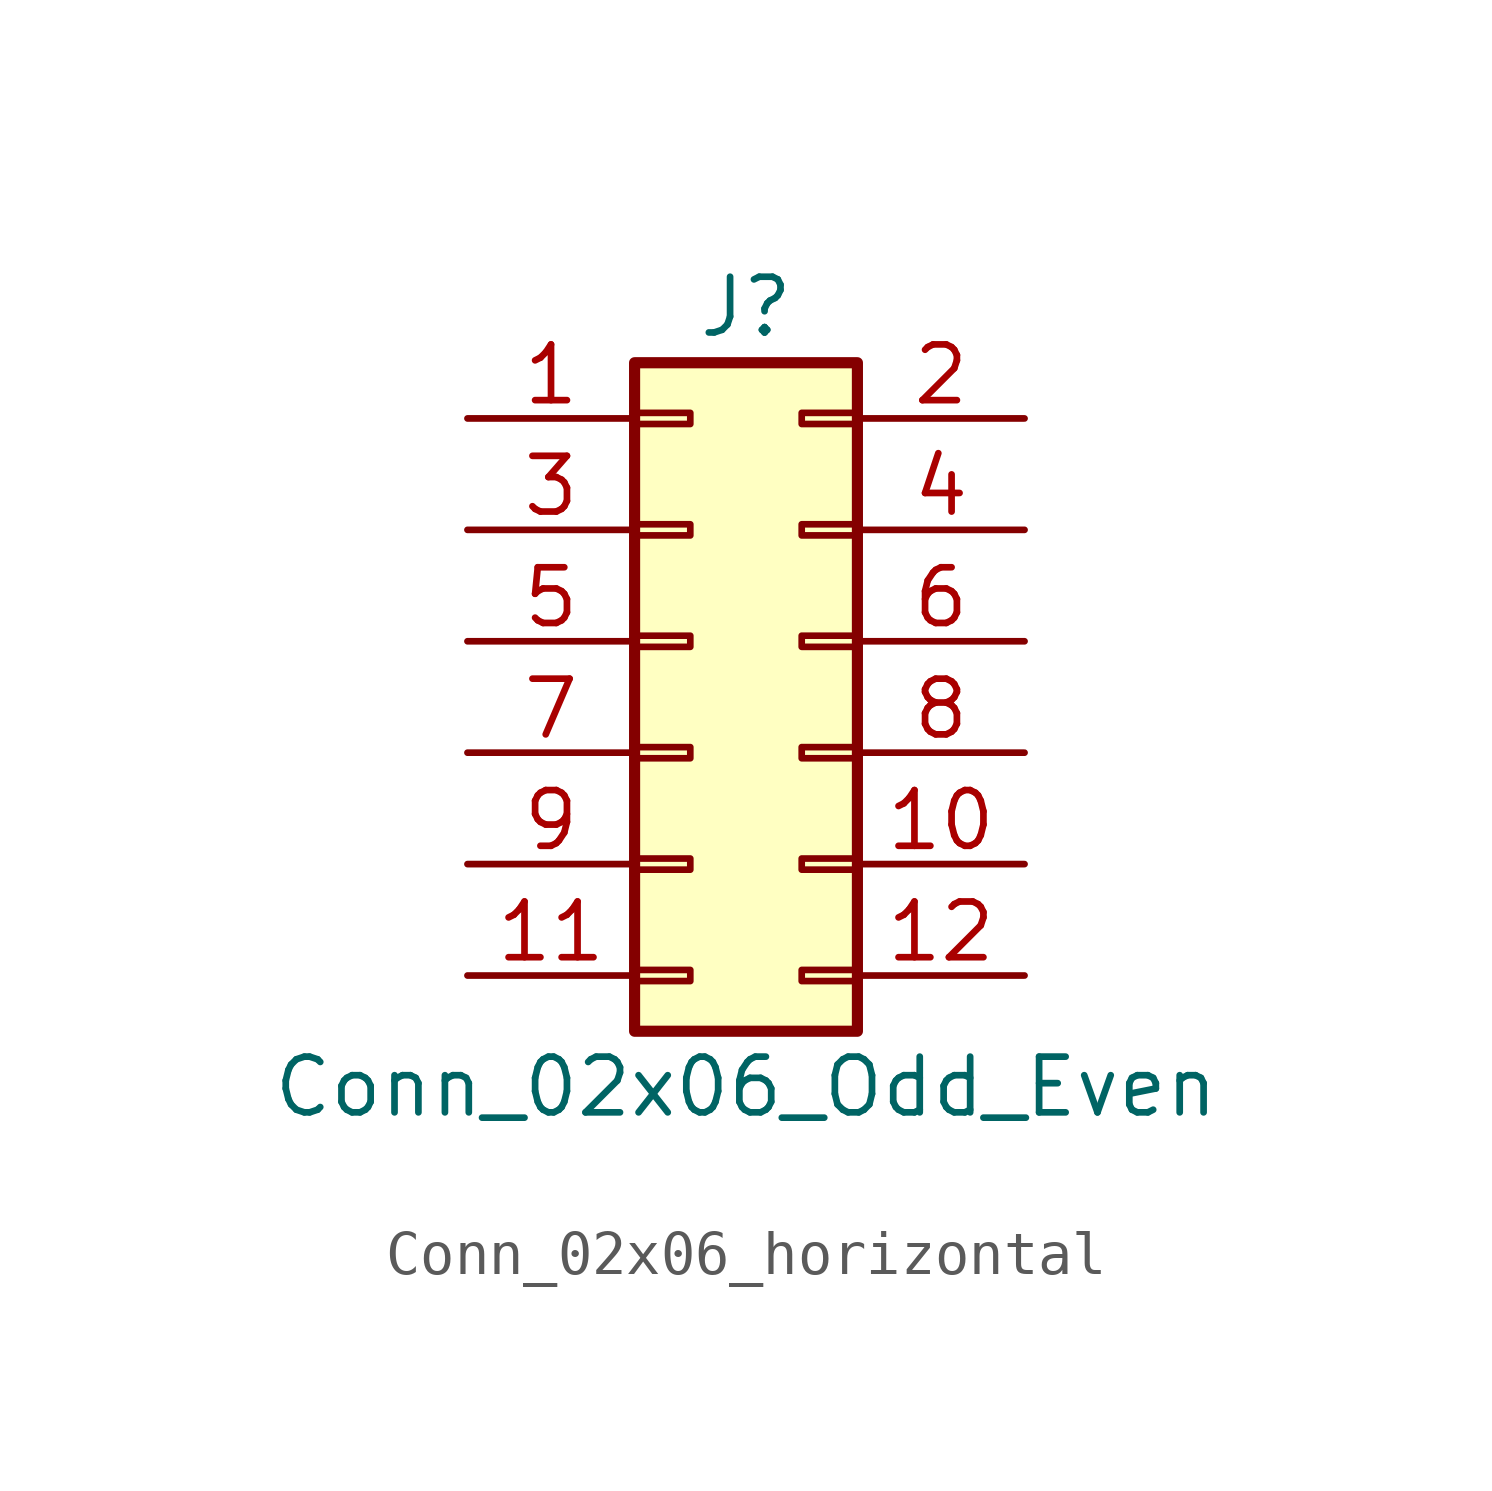
<source format=kicad_sym>
(kicad_symbol_lib
  (version 20241209)
  (generator "kicad_symbol_editor")
  (generator_version "9.0")
  (symbol "Conn_02x06_horizontal"
    (pin_names
      (offset 1.016)
      (hide yes))
    (property "Reference" "J"
      (at 1.27 7.62 0)
      (effects (font (size 1.27 1.27))))
    (property "Value" "Conn_02x06_Odd_Even"
      (at 1.27 -10.16 0)
      (effects (font (size 1.27 1.27))))
    (symbol "Conn_02x06_horizontal_1_1"
      (rectangle (start -1.27 6.35) (end 3.81 -8.89) (stroke (width 0.254) (type default)) (fill (type background)))
      (rectangle (start -1.27 5.207) (end 0 4.953) (stroke (width 0.152) (type default)) (fill (type none)))
      (rectangle (start -1.27 2.667) (end 0 2.413) (stroke (width 0.152) (type default)) (fill (type none)))
      (rectangle (start -1.27 0.127) (end 0 -0.127) (stroke (width 0.152) (type default)) (fill (type none)))
      (rectangle (start -1.27 -2.413) (end 0 -2.667) (stroke (width 0.152) (type default)) (fill (type none)))
      (rectangle (start -1.27 -4.953) (end 0 -5.207) (stroke (width 0.152) (type default)) (fill (type none)))
      (rectangle (start -1.27 -7.493) (end 0 -7.747) (stroke (width 0.152) (type default)) (fill (type none)))
      (rectangle (start 3.81 5.207) (end 2.54 4.953) (stroke (width 0.152) (type default)) (fill (type none)))
      (rectangle (start 3.81 2.667) (end 2.54 2.413) (stroke (width 0.152) (type default)) (fill (type none)))
      (rectangle (start 3.81 0.127) (end 2.54 -0.127) (stroke (width 0.152) (type default)) (fill (type none)))
      (rectangle (start 3.81 -2.413) (end 2.54 -2.667) (stroke (width 0.152) (type default)) (fill (type none)))
      (rectangle (start 3.81 -4.953) (end 2.54 -5.207) (stroke (width 0.152) (type default)) (fill (type none)))
      (rectangle (start 3.81 -7.493) (end 2.54 -7.747) (stroke (width 0.152) (type default)) (fill (type none)))
      (pin passive line (at -5.08 5.08 0) (length 3.81) (name "Pin_1" (effects (font (size 1.27 1.27)))) (number "1" (effects (font (size 1.27 1.27)))))
      (pin passive line (at -5.08 2.54 0) (length 3.81) (name "Pin_3" (effects (font (size 1.27 1.27)))) (number "3" (effects (font (size 1.27 1.27)))))
      (pin passive line (at -5.08 0 0) (length 3.81) (name "Pin_5" (effects (font (size 1.27 1.27)))) (number "5" (effects (font (size 1.27 1.27)))))
      (pin passive line (at -5.08 -2.54 0) (length 3.81) (name "Pin_7" (effects (font (size 1.27 1.27)))) (number "7" (effects (font (size 1.27 1.27)))))
      (pin passive line (at -5.08 -5.08 0) (length 3.81) (name "Pin_9" (effects (font (size 1.27 1.27)))) (number "9" (effects (font (size 1.27 1.27)))))
      (pin passive line (at -5.08 -7.62 0) (length 3.81) (name "Pin_11" (effects (font (size 1.27 1.27)))) (number "11" (effects (font (size 1.27 1.27)))))
      (pin passive line (at 7.62 5.08 180) (length 3.81) (name "Pin_2" (effects (font (size 1.27 1.27)))) (number "2" (effects (font (size 1.27 1.27)))))
      (pin passive line (at 7.62 2.54 180) (length 3.81) (name "Pin_4" (effects (font (size 1.27 1.27)))) (number "4" (effects (font (size 1.27 1.27)))))
      (pin passive line (at 7.62 0 180) (length 3.81) (name "Pin_6" (effects (font (size 1.27 1.27)))) (number "6" (effects (font (size 1.27 1.27)))))
      (pin passive line (at 7.62 -2.54 180) (length 3.81) (name "Pin_8" (effects (font (size 1.27 1.27)))) (number "8" (effects (font (size 1.27 1.27)))))
      (pin passive line (at 7.62 -5.08 180) (length 3.81) (name "Pin_10" (effects (font (size 1.27 1.27)))) (number "10" (effects (font (size 1.27 1.27)))))
      (pin passive line (at 7.62 -7.62 180) (length 3.81) (name "Pin_12" (effects (font (size 1.27 1.27)))) (number "12" (effects (font (size 1.27 1.27))))))))
</source>
